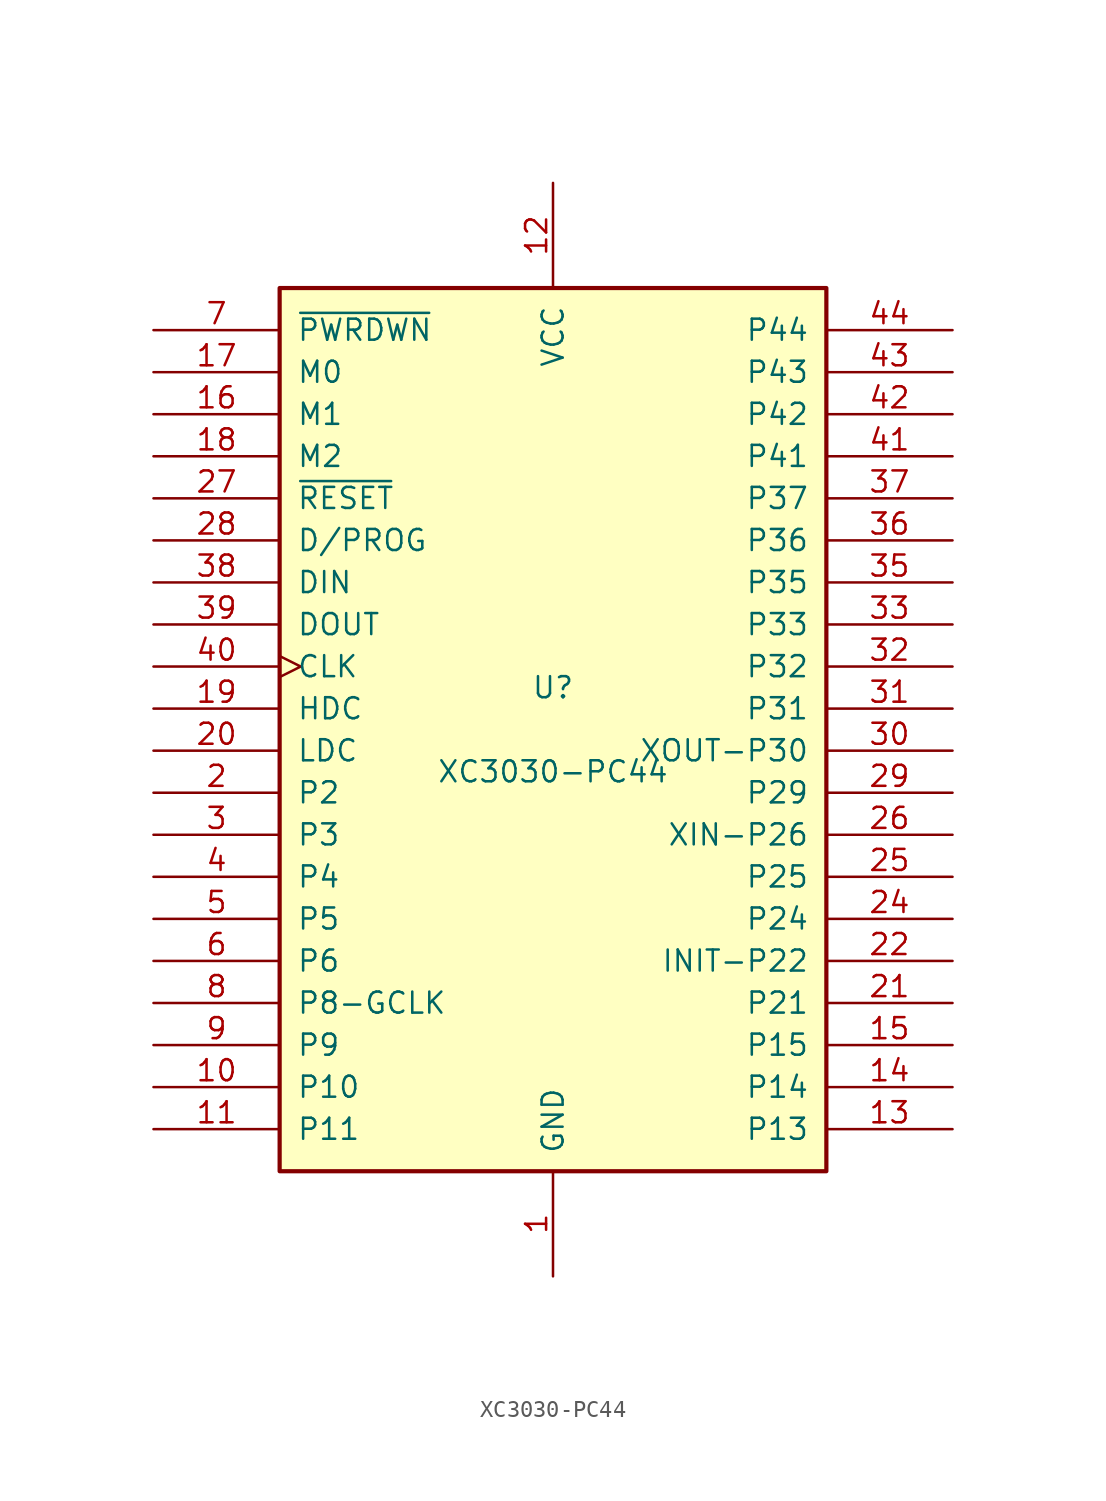
<source format=kicad_sym>
(kicad_symbol_lib
  (version 20241209)
  (generator "kicad_symbol_editor")
  (generator_version "9.0")
  (symbol "XC3030-PC44"
    (pin_names
      (offset 1.016))
    (property "Reference" "U"
      (at 0 2.54 0)
      (effects (font (size 1.27 1.27))))
    (property "Value" "XC3030-PC44"
      (at 0 -2.54 0)
      (effects (font (size 1.27 1.27))))
    (symbol "XC3030-PC44_0_1"
      (rectangle (start -16.51 -26.67) (end 16.51 26.67) (stroke (width 0.254) (type default)) (fill (type background))))
    (symbol "XC3030-PC44_1_1"
      (pin input line (at -24.13 24.13 0) (length 7.62) (name "~{PWRDWN}" (effects (font (size 1.27 1.27)))) (number "7" (effects (font (size 1.27 1.27)))))
      (pin input line (at -24.13 21.59 0) (length 7.62) (name "M0" (effects (font (size 1.27 1.27)))) (number "17" (effects (font (size 1.27 1.27)))))
      (pin input line (at -24.13 19.05 0) (length 7.62) (name "M1" (effects (font (size 1.27 1.27)))) (number "16" (effects (font (size 1.27 1.27)))))
      (pin bidirectional line (at -24.13 16.51 0) (length 7.62) (name "M2" (effects (font (size 1.27 1.27)))) (number "18" (effects (font (size 1.27 1.27)))))
      (pin input line (at -24.13 13.97 0) (length 7.62) (name "~{RESET}" (effects (font (size 1.27 1.27)))) (number "27" (effects (font (size 1.27 1.27)))))
      (pin bidirectional line (at -24.13 11.43 0) (length 7.62) (name "D/PROG" (effects (font (size 1.27 1.27)))) (number "28" (effects (font (size 1.27 1.27)))))
      (pin bidirectional line (at -24.13 8.89 0) (length 7.62) (name "DIN" (effects (font (size 1.27 1.27)))) (number "38" (effects (font (size 1.27 1.27)))))
      (pin bidirectional line (at -24.13 6.35 0) (length 7.62) (name "DOUT" (effects (font (size 1.27 1.27)))) (number "39" (effects (font (size 1.27 1.27)))))
      (pin input clock (at -24.13 3.81 0) (length 7.62) (name "CLK" (effects (font (size 1.27 1.27)))) (number "40" (effects (font (size 1.27 1.27)))))
      (pin output line (at -24.13 1.27 0) (length 7.62) (name "HDC" (effects (font (size 1.27 1.27)))) (number "19" (effects (font (size 1.27 1.27)))))
      (pin output line (at -24.13 -1.27 0) (length 7.62) (name "LDC" (effects (font (size 1.27 1.27)))) (number "20" (effects (font (size 1.27 1.27)))))
      (pin passive line (at -24.13 -3.81 0) (length 7.62) (name "P2" (effects (font (size 1.27 1.27)))) (number "2" (effects (font (size 1.27 1.27)))))
      (pin passive line (at -24.13 -6.35 0) (length 7.62) (name "P3" (effects (font (size 1.27 1.27)))) (number "3" (effects (font (size 1.27 1.27)))))
      (pin passive line (at -24.13 -8.89 0) (length 7.62) (name "P4" (effects (font (size 1.27 1.27)))) (number "4" (effects (font (size 1.27 1.27)))))
      (pin passive line (at -24.13 -11.43 0) (length 7.62) (name "P5" (effects (font (size 1.27 1.27)))) (number "5" (effects (font (size 1.27 1.27)))))
      (pin passive line (at -24.13 -13.97 0) (length 7.62) (name "P6" (effects (font (size 1.27 1.27)))) (number "6" (effects (font (size 1.27 1.27)))))
      (pin passive line (at -24.13 -16.51 0) (length 7.62) (name "P8-GCLK" (effects (font (size 1.27 1.27)))) (number "8" (effects (font (size 1.27 1.27)))))
      (pin bidirectional line (at -24.13 -19.05 0) (length 7.62) (name "P9" (effects (font (size 1.27 1.27)))) (number "9" (effects (font (size 1.27 1.27)))))
      (pin passive line (at -24.13 -21.59 0) (length 7.62) (name "P10" (effects (font (size 1.27 1.27)))) (number "10" (effects (font (size 1.27 1.27)))))
      (pin passive line (at -24.13 -24.13 0) (length 7.62) (name "P11" (effects (font (size 1.27 1.27)))) (number "11" (effects (font (size 1.27 1.27)))))
      (pin power_in line (at 0 33.02 270) (length 6.35) (name "VCC" (effects (font (size 1.27 1.27)))) (number "12" (effects (font (size 1.27 1.27)))))
      (pin passive line (at 0 33.02 270) (length 6.35) (hide yes) (name "VCC" (effects (font (size 1.27 1.27)))) (number "34" (effects (font (size 1.27 1.27)))))
      (pin power_in line (at 0 -33.02 90) (length 6.35) (name "GND" (effects (font (size 1.27 1.27)))) (number "1" (effects (font (size 1.27 1.27)))))
      (pin passive line (at 0 -33.02 90) (length 6.35) (hide yes) (name "GND" (effects (font (size 1.27 1.27)))) (number "23" (effects (font (size 1.27 1.27)))))
      (pin passive line (at 24.13 24.13 180) (length 7.62) (name "P44" (effects (font (size 1.27 1.27)))) (number "44" (effects (font (size 1.27 1.27)))))
      (pin passive line (at 24.13 21.59 180) (length 7.62) (name "P43" (effects (font (size 1.27 1.27)))) (number "43" (effects (font (size 1.27 1.27)))))
      (pin passive line (at 24.13 19.05 180) (length 7.62) (name "P42" (effects (font (size 1.27 1.27)))) (number "42" (effects (font (size 1.27 1.27)))))
      (pin passive line (at 24.13 16.51 180) (length 7.62) (name "P41" (effects (font (size 1.27 1.27)))) (number "41" (effects (font (size 1.27 1.27)))))
      (pin passive line (at 24.13 13.97 180) (length 7.62) (name "P37" (effects (font (size 1.27 1.27)))) (number "37" (effects (font (size 1.27 1.27)))))
      (pin passive line (at 24.13 11.43 180) (length 7.62) (name "P36" (effects (font (size 1.27 1.27)))) (number "36" (effects (font (size 1.27 1.27)))))
      (pin passive line (at 24.13 8.89 180) (length 7.62) (name "P35" (effects (font (size 1.27 1.27)))) (number "35" (effects (font (size 1.27 1.27)))))
      (pin passive line (at 24.13 6.35 180) (length 7.62) (name "P33" (effects (font (size 1.27 1.27)))) (number "33" (effects (font (size 1.27 1.27)))))
      (pin passive line (at 24.13 3.81 180) (length 7.62) (name "P32" (effects (font (size 1.27 1.27)))) (number "32" (effects (font (size 1.27 1.27)))))
      (pin passive line (at 24.13 1.27 180) (length 7.62) (name "P31" (effects (font (size 1.27 1.27)))) (number "31" (effects (font (size 1.27 1.27)))))
      (pin passive line (at 24.13 -1.27 180) (length 7.62) (name "XOUT-P30" (effects (font (size 1.27 1.27)))) (number "30" (effects (font (size 1.27 1.27)))))
      (pin passive line (at 24.13 -3.81 180) (length 7.62) (name "P29" (effects (font (size 1.27 1.27)))) (number "29" (effects (font (size 1.27 1.27)))))
      (pin passive line (at 24.13 -6.35 180) (length 7.62) (name "XIN-P26" (effects (font (size 1.27 1.27)))) (number "26" (effects (font (size 1.27 1.27)))))
      (pin passive line (at 24.13 -8.89 180) (length 7.62) (name "P25" (effects (font (size 1.27 1.27)))) (number "25" (effects (font (size 1.27 1.27)))))
      (pin passive line (at 24.13 -11.43 180) (length 7.62) (name "P24" (effects (font (size 1.27 1.27)))) (number "24" (effects (font (size 1.27 1.27)))))
      (pin passive line (at 24.13 -13.97 180) (length 7.62) (name "INIT-P22" (effects (font (size 1.27 1.27)))) (number "22" (effects (font (size 1.27 1.27)))))
      (pin passive line (at 24.13 -16.51 180) (length 7.62) (name "P21" (effects (font (size 1.27 1.27)))) (number "21" (effects (font (size 1.27 1.27)))))
      (pin passive line (at 24.13 -19.05 180) (length 7.62) (name "P15" (effects (font (size 1.27 1.27)))) (number "15" (effects (font (size 1.27 1.27)))))
      (pin bidirectional line (at 24.13 -21.59 180) (length 7.62) (name "P14" (effects (font (size 1.27 1.27)))) (number "14" (effects (font (size 1.27 1.27)))))
      (pin passive line (at 24.13 -24.13 180) (length 7.62) (name "P13" (effects (font (size 1.27 1.27)))) (number "13" (effects (font (size 1.27 1.27))))))))
</source>
